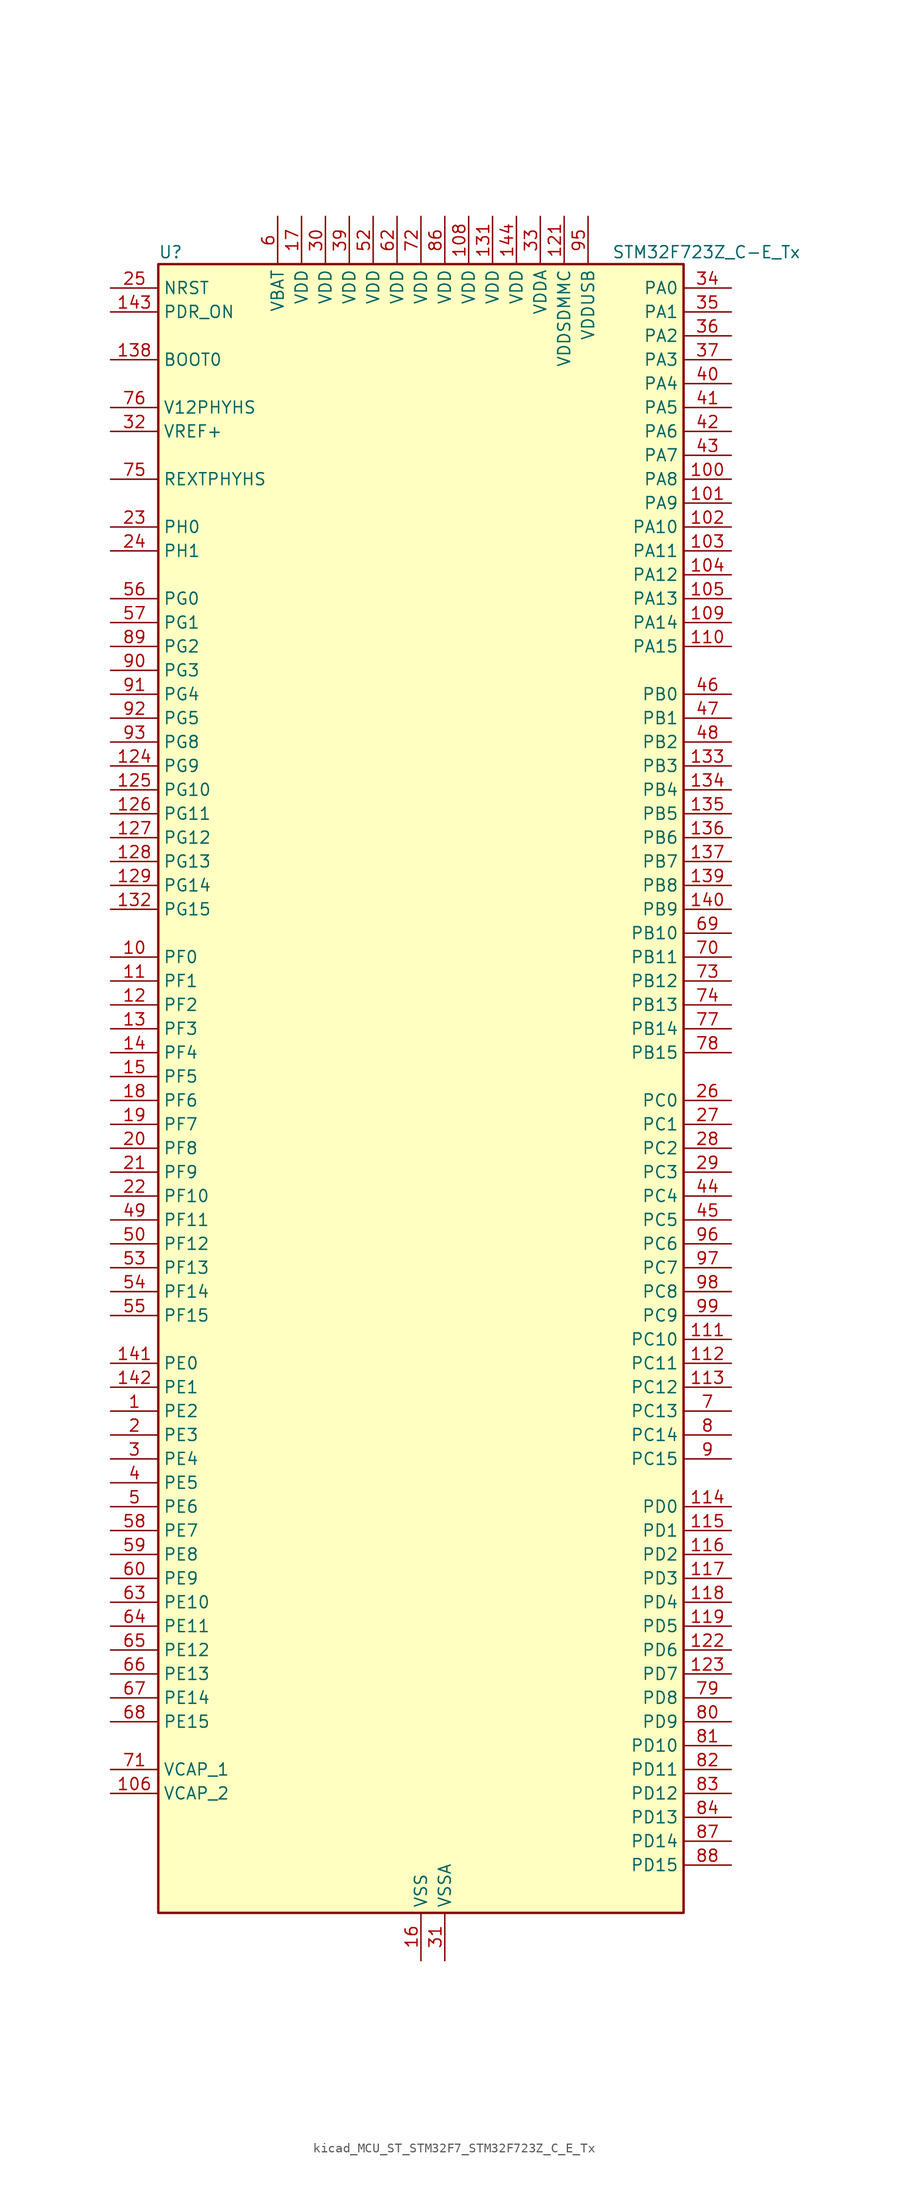
<source format=kicad_sym>
(kicad_symbol_lib
  (version 20220914)
  (generator kicad_symbol_editor)
  (symbol "kicad_MCU_ST_STM32F7_STM32F723Z_C_E_Tx"
    (property "Reference" "U"
      (at -27.94 90.17 0)
      (effects (font (size 1.27 1.27)) (justify left)))
    (property "Value" "STM32F723Z_C-E_Tx"
      (at 20.32 90.17 0)
      (effects (font (size 1.27 1.27)) (justify left)))
    (property "ki_locked" ""
      (at 0 0 0)
      (effects (font (size 1.27 1.27))))
    (symbol "kicad_MCU_ST_STM32F7_STM32F723Z_C_E_Tx_0_1"
      (rectangle (start -27.94 -86.36) (end 27.94 88.9) (stroke (width 0.254) (type default)) (fill (type background))))
    (symbol "kicad_MCU_ST_STM32F7_STM32F723Z_C_E_Tx_1_1"
      (pin bidirectional line (at -33.02 -33.02 0) (length 5.08) (name "PE2" (effects (font (size 1.27 1.27)))) (number "1" (effects (font (size 1.27 1.27)))) (alternate "FMC_A23" bidirectional line) (alternate "QUADSPI_BK1_IO2" bidirectional line) (alternate "SAI1_MCLK_A" bidirectional line) (alternate "SPI4_SCK" bidirectional line) (alternate "SYS_TRACECLK" bidirectional line))
      (pin bidirectional line (at -33.02 15.24 0) (length 5.08) (name "PF0" (effects (font (size 1.27 1.27)))) (number "10" (effects (font (size 1.27 1.27)))) (alternate "FMC_A0" bidirectional line) (alternate "I2C2_SDA" bidirectional line))
      (pin bidirectional line (at 33.02 66.04 180) (length 5.08) (name "PA8" (effects (font (size 1.27 1.27)))) (number "100" (effects (font (size 1.27 1.27)))) (alternate "I2C3_SCL" bidirectional line) (alternate "RCC_MCO_1" bidirectional line) (alternate "TIM1_CH1" bidirectional line) (alternate "TIM8_BKIN2" bidirectional line) (alternate "USART1_CK" bidirectional line) (alternate "USB_OTG_FS_SOF" bidirectional line))
      (pin bidirectional line (at 33.02 63.5 180) (length 5.08) (name "PA9" (effects (font (size 1.27 1.27)))) (number "101" (effects (font (size 1.27 1.27)))) (alternate "DAC_EXTI9" bidirectional line) (alternate "I2C3_SMBA" bidirectional line) (alternate "I2S2_CK" bidirectional line) (alternate "SPI2_SCK" bidirectional line) (alternate "TIM1_CH2" bidirectional line) (alternate "USART1_TX" bidirectional line) (alternate "USB_OTG_FS_VBUS" bidirectional line))
      (pin bidirectional line (at 33.02 60.96 180) (length 5.08) (name "PA10" (effects (font (size 1.27 1.27)))) (number "102" (effects (font (size 1.27 1.27)))) (alternate "TIM1_CH3" bidirectional line) (alternate "USART1_RX" bidirectional line) (alternate "USB_OTG_FS_ID" bidirectional line))
      (pin bidirectional line (at 33.02 58.42 180) (length 5.08) (name "PA11" (effects (font (size 1.27 1.27)))) (number "103" (effects (font (size 1.27 1.27)))) (alternate "ADC1_EXTI11" bidirectional line) (alternate "ADC2_EXTI11" bidirectional line) (alternate "ADC3_EXTI11" bidirectional line) (alternate "CAN1_RX" bidirectional line) (alternate "TIM1_CH4" bidirectional line) (alternate "USART1_CTS" bidirectional line) (alternate "USB_OTG_FS_DM" bidirectional line))
      (pin bidirectional line (at 33.02 55.88 180) (length 5.08) (name "PA12" (effects (font (size 1.27 1.27)))) (number "104" (effects (font (size 1.27 1.27)))) (alternate "CAN1_TX" bidirectional line) (alternate "SAI2_FS_B" bidirectional line) (alternate "TIM1_ETR" bidirectional line) (alternate "USART1_DE" bidirectional line) (alternate "USART1_RTS" bidirectional line) (alternate "USB_OTG_FS_DP" bidirectional line))
      (pin bidirectional line (at 33.02 53.34 180) (length 5.08) (name "PA13" (effects (font (size 1.27 1.27)))) (number "105" (effects (font (size 1.27 1.27)))) (alternate "SYS_JTMS-SWDIO" bidirectional line))
      (pin power_out line (at -33.02 -73.66 0) (length 5.08) (name "VCAP_2" (effects (font (size 1.27 1.27)))) (number "106" (effects (font (size 1.27 1.27)))))
      (pin passive line (at 0 -91.44 90) (length 5.08) hide (name "VSS" (effects (font (size 1.27 1.27)))) (number "107" (effects (font (size 1.27 1.27)))))
      (pin power_in line (at 5.08 93.98 270) (length 5.08) (name "VDD" (effects (font (size 1.27 1.27)))) (number "108" (effects (font (size 1.27 1.27)))))
      (pin bidirectional line (at 33.02 50.8 180) (length 5.08) (name "PA14" (effects (font (size 1.27 1.27)))) (number "109" (effects (font (size 1.27 1.27)))) (alternate "SYS_JTCK-SWCLK" bidirectional line))
      (pin bidirectional line (at -33.02 12.7 0) (length 5.08) (name "PF1" (effects (font (size 1.27 1.27)))) (number "11" (effects (font (size 1.27 1.27)))) (alternate "FMC_A1" bidirectional line) (alternate "I2C2_SCL" bidirectional line))
      (pin bidirectional line (at 33.02 48.26 180) (length 5.08) (name "PA15" (effects (font (size 1.27 1.27)))) (number "110" (effects (font (size 1.27 1.27)))) (alternate "I2S1_WS" bidirectional line) (alternate "I2S3_WS" bidirectional line) (alternate "SPI1_NSS" bidirectional line) (alternate "SPI3_NSS" bidirectional line) (alternate "SYS_JTDI" bidirectional line) (alternate "TIM2_CH1" bidirectional line) (alternate "TIM2_ETR" bidirectional line) (alternate "UART4_DE" bidirectional line) (alternate "UART4_RTS" bidirectional line))
      (pin bidirectional line (at 33.02 -25.4 180) (length 5.08) (name "PC10" (effects (font (size 1.27 1.27)))) (number "111" (effects (font (size 1.27 1.27)))) (alternate "I2S3_CK" bidirectional line) (alternate "QUADSPI_BK1_IO1" bidirectional line) (alternate "SDMMC1_D2" bidirectional line) (alternate "SPI3_SCK" bidirectional line) (alternate "UART4_TX" bidirectional line) (alternate "USART3_TX" bidirectional line))
      (pin bidirectional line (at 33.02 -27.94 180) (length 5.08) (name "PC11" (effects (font (size 1.27 1.27)))) (number "112" (effects (font (size 1.27 1.27)))) (alternate "ADC1_EXTI11" bidirectional line) (alternate "ADC2_EXTI11" bidirectional line) (alternate "ADC3_EXTI11" bidirectional line) (alternate "QUADSPI_BK2_NCS" bidirectional line) (alternate "SDMMC1_D3" bidirectional line) (alternate "SPI3_MISO" bidirectional line) (alternate "UART4_RX" bidirectional line) (alternate "USART3_RX" bidirectional line))
      (pin bidirectional line (at 33.02 -30.48 180) (length 5.08) (name "PC12" (effects (font (size 1.27 1.27)))) (number "113" (effects (font (size 1.27 1.27)))) (alternate "I2S3_SD" bidirectional line) (alternate "SDMMC1_CK" bidirectional line) (alternate "SPI3_MOSI" bidirectional line) (alternate "SYS_TRACED3" bidirectional line) (alternate "UART5_TX" bidirectional line) (alternate "USART3_CK" bidirectional line))
      (pin bidirectional line (at 33.02 -43.18 180) (length 5.08) (name "PD0" (effects (font (size 1.27 1.27)))) (number "114" (effects (font (size 1.27 1.27)))) (alternate "CAN1_RX" bidirectional line) (alternate "FMC_D2" bidirectional line) (alternate "FMC_DA2" bidirectional line))
      (pin bidirectional line (at 33.02 -45.72 180) (length 5.08) (name "PD1" (effects (font (size 1.27 1.27)))) (number "115" (effects (font (size 1.27 1.27)))) (alternate "CAN1_TX" bidirectional line) (alternate "FMC_D3" bidirectional line) (alternate "FMC_DA3" bidirectional line))
      (pin bidirectional line (at 33.02 -48.26 180) (length 5.08) (name "PD2" (effects (font (size 1.27 1.27)))) (number "116" (effects (font (size 1.27 1.27)))) (alternate "SDMMC1_CMD" bidirectional line) (alternate "SYS_TRACED2" bidirectional line) (alternate "TIM3_ETR" bidirectional line) (alternate "UART5_RX" bidirectional line))
      (pin bidirectional line (at 33.02 -50.8 180) (length 5.08) (name "PD3" (effects (font (size 1.27 1.27)))) (number "117" (effects (font (size 1.27 1.27)))) (alternate "FMC_CLK" bidirectional line) (alternate "I2S2_CK" bidirectional line) (alternate "SPI2_SCK" bidirectional line) (alternate "USART2_CTS" bidirectional line))
      (pin bidirectional line (at 33.02 -53.34 180) (length 5.08) (name "PD4" (effects (font (size 1.27 1.27)))) (number "118" (effects (font (size 1.27 1.27)))) (alternate "FMC_NOE" bidirectional line) (alternate "USART2_DE" bidirectional line) (alternate "USART2_RTS" bidirectional line))
      (pin bidirectional line (at 33.02 -55.88 180) (length 5.08) (name "PD5" (effects (font (size 1.27 1.27)))) (number "119" (effects (font (size 1.27 1.27)))) (alternate "FMC_NWE" bidirectional line) (alternate "USART2_TX" bidirectional line))
      (pin bidirectional line (at -33.02 10.16 0) (length 5.08) (name "PF2" (effects (font (size 1.27 1.27)))) (number "12" (effects (font (size 1.27 1.27)))) (alternate "FMC_A2" bidirectional line) (alternate "I2C2_SMBA" bidirectional line))
      (pin passive line (at 0 -91.44 90) (length 5.08) hide (name "VSS" (effects (font (size 1.27 1.27)))) (number "120" (effects (font (size 1.27 1.27)))))
      (pin power_in line (at 15.24 93.98 270) (length 5.08) (name "VDDSDMMC" (effects (font (size 1.27 1.27)))) (number "121" (effects (font (size 1.27 1.27)))))
      (pin bidirectional line (at 33.02 -58.42 180) (length 5.08) (name "PD6" (effects (font (size 1.27 1.27)))) (number "122" (effects (font (size 1.27 1.27)))) (alternate "FMC_NWAIT" bidirectional line) (alternate "I2S3_SD" bidirectional line) (alternate "SAI1_SD_A" bidirectional line) (alternate "SDMMC2_CK" bidirectional line) (alternate "SPI3_MOSI" bidirectional line) (alternate "USART2_RX" bidirectional line))
      (pin bidirectional line (at 33.02 -60.96 180) (length 5.08) (name "PD7" (effects (font (size 1.27 1.27)))) (number "123" (effects (font (size 1.27 1.27)))) (alternate "FMC_NE1" bidirectional line) (alternate "SDMMC2_CMD" bidirectional line) (alternate "USART2_CK" bidirectional line))
      (pin bidirectional line (at -33.02 35.56 0) (length 5.08) (name "PG9" (effects (font (size 1.27 1.27)))) (number "124" (effects (font (size 1.27 1.27)))) (alternate "DAC_EXTI9" bidirectional line) (alternate "FMC_NCE" bidirectional line) (alternate "FMC_NE2" bidirectional line) (alternate "QUADSPI_BK2_IO2" bidirectional line) (alternate "SAI2_FS_B" bidirectional line) (alternate "SDMMC2_D0" bidirectional line) (alternate "USART6_RX" bidirectional line))
      (pin bidirectional line (at -33.02 33.02 0) (length 5.08) (name "PG10" (effects (font (size 1.27 1.27)))) (number "125" (effects (font (size 1.27 1.27)))) (alternate "FMC_NE3" bidirectional line) (alternate "SAI2_SD_B" bidirectional line) (alternate "SDMMC2_D1" bidirectional line))
      (pin bidirectional line (at -33.02 30.48 0) (length 5.08) (name "PG11" (effects (font (size 1.27 1.27)))) (number "126" (effects (font (size 1.27 1.27)))) (alternate "ADC1_EXTI11" bidirectional line) (alternate "ADC2_EXTI11" bidirectional line) (alternate "ADC3_EXTI11" bidirectional line) (alternate "FMC_INT" bidirectional line) (alternate "SDMMC2_D2" bidirectional line))
      (pin bidirectional line (at -33.02 27.94 0) (length 5.08) (name "PG12" (effects (font (size 1.27 1.27)))) (number "127" (effects (font (size 1.27 1.27)))) (alternate "FMC_NE4" bidirectional line) (alternate "LPTIM1_IN1" bidirectional line) (alternate "SDMMC2_D3" bidirectional line) (alternate "USART6_DE" bidirectional line) (alternate "USART6_RTS" bidirectional line))
      (pin bidirectional line (at -33.02 25.4 0) (length 5.08) (name "PG13" (effects (font (size 1.27 1.27)))) (number "128" (effects (font (size 1.27 1.27)))) (alternate "FMC_A24" bidirectional line) (alternate "LPTIM1_OUT" bidirectional line) (alternate "SYS_TRACED0" bidirectional line) (alternate "USART6_CTS" bidirectional line))
      (pin bidirectional line (at -33.02 22.86 0) (length 5.08) (name "PG14" (effects (font (size 1.27 1.27)))) (number "129" (effects (font (size 1.27 1.27)))) (alternate "FMC_A25" bidirectional line) (alternate "LPTIM1_ETR" bidirectional line) (alternate "QUADSPI_BK2_IO3" bidirectional line) (alternate "SYS_TRACED1" bidirectional line) (alternate "USART6_TX" bidirectional line))
      (pin bidirectional line (at -33.02 7.62 0) (length 5.08) (name "PF3" (effects (font (size 1.27 1.27)))) (number "13" (effects (font (size 1.27 1.27)))) (alternate "ADC3_IN9" bidirectional line) (alternate "FMC_A3" bidirectional line))
      (pin passive line (at 0 -91.44 90) (length 5.08) hide (name "VSS" (effects (font (size 1.27 1.27)))) (number "130" (effects (font (size 1.27 1.27)))))
      (pin power_in line (at 7.62 93.98 270) (length 5.08) (name "VDD" (effects (font (size 1.27 1.27)))) (number "131" (effects (font (size 1.27 1.27)))))
      (pin bidirectional line (at -33.02 20.32 0) (length 5.08) (name "PG15" (effects (font (size 1.27 1.27)))) (number "132" (effects (font (size 1.27 1.27)))) (alternate "FMC_SDNCAS" bidirectional line) (alternate "USART6_CTS" bidirectional line))
      (pin bidirectional line (at 33.02 35.56 180) (length 5.08) (name "PB3" (effects (font (size 1.27 1.27)))) (number "133" (effects (font (size 1.27 1.27)))) (alternate "I2S1_CK" bidirectional line) (alternate "I2S3_CK" bidirectional line) (alternate "SDMMC2_D2" bidirectional line) (alternate "SPI1_SCK" bidirectional line) (alternate "SPI3_SCK" bidirectional line) (alternate "SYS_JTDO-SWO" bidirectional line) (alternate "TIM2_CH2" bidirectional line))
      (pin bidirectional line (at 33.02 33.02 180) (length 5.08) (name "PB4" (effects (font (size 1.27 1.27)))) (number "134" (effects (font (size 1.27 1.27)))) (alternate "I2S2_WS" bidirectional line) (alternate "SDMMC2_D3" bidirectional line) (alternate "SPI1_MISO" bidirectional line) (alternate "SPI2_NSS" bidirectional line) (alternate "SPI3_MISO" bidirectional line) (alternate "SYS_JTRST" bidirectional line) (alternate "TIM3_CH1" bidirectional line))
      (pin bidirectional line (at 33.02 30.48 180) (length 5.08) (name "PB5" (effects (font (size 1.27 1.27)))) (number "135" (effects (font (size 1.27 1.27)))) (alternate "FMC_SDCKE1" bidirectional line) (alternate "I2C1_SMBA" bidirectional line) (alternate "I2S1_SD" bidirectional line) (alternate "I2S3_SD" bidirectional line) (alternate "SPI1_MOSI" bidirectional line) (alternate "SPI3_MOSI" bidirectional line) (alternate "TIM3_CH2" bidirectional line))
      (pin bidirectional line (at 33.02 27.94 180) (length 5.08) (name "PB6" (effects (font (size 1.27 1.27)))) (number "136" (effects (font (size 1.27 1.27)))) (alternate "FMC_SDNE1" bidirectional line) (alternate "I2C1_SCL" bidirectional line) (alternate "QUADSPI_BK1_NCS" bidirectional line) (alternate "TIM4_CH1" bidirectional line) (alternate "USART1_TX" bidirectional line))
      (pin bidirectional line (at 33.02 25.4 180) (length 5.08) (name "PB7" (effects (font (size 1.27 1.27)))) (number "137" (effects (font (size 1.27 1.27)))) (alternate "FMC_NL" bidirectional line) (alternate "I2C1_SDA" bidirectional line) (alternate "TIM4_CH2" bidirectional line) (alternate "USART1_RX" bidirectional line))
      (pin input line (at -33.02 78.74 0) (length 5.08) (name "BOOT0" (effects (font (size 1.27 1.27)))) (number "138" (effects (font (size 1.27 1.27)))))
      (pin bidirectional line (at 33.02 22.86 180) (length 5.08) (name "PB8" (effects (font (size 1.27 1.27)))) (number "139" (effects (font (size 1.27 1.27)))) (alternate "CAN1_RX" bidirectional line) (alternate "I2C1_SCL" bidirectional line) (alternate "SDMMC1_D4" bidirectional line) (alternate "SDMMC2_D4" bidirectional line) (alternate "TIM10_CH1" bidirectional line) (alternate "TIM4_CH3" bidirectional line))
      (pin bidirectional line (at -33.02 5.08 0) (length 5.08) (name "PF4" (effects (font (size 1.27 1.27)))) (number "14" (effects (font (size 1.27 1.27)))) (alternate "ADC3_IN14" bidirectional line) (alternate "FMC_A4" bidirectional line))
      (pin bidirectional line (at 33.02 20.32 180) (length 5.08) (name "PB9" (effects (font (size 1.27 1.27)))) (number "140" (effects (font (size 1.27 1.27)))) (alternate "CAN1_TX" bidirectional line) (alternate "DAC_EXTI9" bidirectional line) (alternate "I2C1_SDA" bidirectional line) (alternate "I2S2_WS" bidirectional line) (alternate "SDMMC1_D5" bidirectional line) (alternate "SDMMC2_D5" bidirectional line) (alternate "SPI2_NSS" bidirectional line) (alternate "TIM11_CH1" bidirectional line) (alternate "TIM4_CH4" bidirectional line))
      (pin bidirectional line (at -33.02 -27.94 0) (length 5.08) (name "PE0" (effects (font (size 1.27 1.27)))) (number "141" (effects (font (size 1.27 1.27)))) (alternate "FMC_NBL0" bidirectional line) (alternate "LPTIM1_ETR" bidirectional line) (alternate "SAI2_MCLK_A" bidirectional line) (alternate "TIM4_ETR" bidirectional line) (alternate "UART8_RX" bidirectional line))
      (pin bidirectional line (at -33.02 -30.48 0) (length 5.08) (name "PE1" (effects (font (size 1.27 1.27)))) (number "142" (effects (font (size 1.27 1.27)))) (alternate "FMC_NBL1" bidirectional line) (alternate "LPTIM1_IN2" bidirectional line) (alternate "UART8_TX" bidirectional line))
      (pin input line (at -33.02 83.82 0) (length 5.08) (name "PDR_ON" (effects (font (size 1.27 1.27)))) (number "143" (effects (font (size 1.27 1.27)))))
      (pin power_in line (at 10.16 93.98 270) (length 5.08) (name "VDD" (effects (font (size 1.27 1.27)))) (number "144" (effects (font (size 1.27 1.27)))))
      (pin bidirectional line (at -33.02 2.54 0) (length 5.08) (name "PF5" (effects (font (size 1.27 1.27)))) (number "15" (effects (font (size 1.27 1.27)))) (alternate "ADC3_IN15" bidirectional line) (alternate "FMC_A5" bidirectional line))
      (pin power_in line (at 0 -91.44 90) (length 5.08) (name "VSS" (effects (font (size 1.27 1.27)))) (number "16" (effects (font (size 1.27 1.27)))))
      (pin power_in line (at -12.7 93.98 270) (length 5.08) (name "VDD" (effects (font (size 1.27 1.27)))) (number "17" (effects (font (size 1.27 1.27)))))
      (pin bidirectional line (at -33.02 0 0) (length 5.08) (name "PF6" (effects (font (size 1.27 1.27)))) (number "18" (effects (font (size 1.27 1.27)))) (alternate "ADC3_IN4" bidirectional line) (alternate "QUADSPI_BK1_IO3" bidirectional line) (alternate "SAI1_SD_B" bidirectional line) (alternate "SPI5_NSS" bidirectional line) (alternate "TIM10_CH1" bidirectional line) (alternate "UART7_RX" bidirectional line))
      (pin bidirectional line (at -33.02 -2.54 0) (length 5.08) (name "PF7" (effects (font (size 1.27 1.27)))) (number "19" (effects (font (size 1.27 1.27)))) (alternate "ADC3_IN5" bidirectional line) (alternate "QUADSPI_BK1_IO2" bidirectional line) (alternate "SAI1_MCLK_B" bidirectional line) (alternate "SPI5_SCK" bidirectional line) (alternate "TIM11_CH1" bidirectional line) (alternate "UART7_TX" bidirectional line))
      (pin bidirectional line (at -33.02 -35.56 0) (length 5.08) (name "PE3" (effects (font (size 1.27 1.27)))) (number "2" (effects (font (size 1.27 1.27)))) (alternate "FMC_A19" bidirectional line) (alternate "SAI1_SD_B" bidirectional line) (alternate "SYS_TRACED0" bidirectional line))
      (pin bidirectional line (at -33.02 -5.08 0) (length 5.08) (name "PF8" (effects (font (size 1.27 1.27)))) (number "20" (effects (font (size 1.27 1.27)))) (alternate "ADC3_IN6" bidirectional line) (alternate "QUADSPI_BK1_IO0" bidirectional line) (alternate "SAI1_SCK_B" bidirectional line) (alternate "SPI5_MISO" bidirectional line) (alternate "TIM13_CH1" bidirectional line) (alternate "UART7_DE" bidirectional line) (alternate "UART7_RTS" bidirectional line))
      (pin bidirectional line (at -33.02 -7.62 0) (length 5.08) (name "PF9" (effects (font (size 1.27 1.27)))) (number "21" (effects (font (size 1.27 1.27)))) (alternate "ADC3_IN7" bidirectional line) (alternate "DAC_EXTI9" bidirectional line) (alternate "QUADSPI_BK1_IO1" bidirectional line) (alternate "SAI1_FS_B" bidirectional line) (alternate "SPI5_MOSI" bidirectional line) (alternate "TIM14_CH1" bidirectional line) (alternate "UART7_CTS" bidirectional line))
      (pin bidirectional line (at -33.02 -10.16 0) (length 5.08) (name "PF10" (effects (font (size 1.27 1.27)))) (number "22" (effects (font (size 1.27 1.27)))) (alternate "ADC3_IN8" bidirectional line))
      (pin bidirectional line (at -33.02 60.96 0) (length 5.08) (name "PH0" (effects (font (size 1.27 1.27)))) (number "23" (effects (font (size 1.27 1.27)))) (alternate "RCC_OSC_IN" bidirectional line))
      (pin bidirectional line (at -33.02 58.42 0) (length 5.08) (name "PH1" (effects (font (size 1.27 1.27)))) (number "24" (effects (font (size 1.27 1.27)))) (alternate "RCC_OSC_OUT" bidirectional line))
      (pin input line (at -33.02 86.36 0) (length 5.08) (name "NRST" (effects (font (size 1.27 1.27)))) (number "25" (effects (font (size 1.27 1.27)))))
      (pin bidirectional line (at 33.02 0 180) (length 5.08) (name "PC0" (effects (font (size 1.27 1.27)))) (number "26" (effects (font (size 1.27 1.27)))) (alternate "ADC1_IN10" bidirectional line) (alternate "ADC2_IN10" bidirectional line) (alternate "ADC3_IN10" bidirectional line) (alternate "FMC_SDNWE" bidirectional line) (alternate "SAI2_FS_B" bidirectional line))
      (pin bidirectional line (at 33.02 -2.54 180) (length 5.08) (name "PC1" (effects (font (size 1.27 1.27)))) (number "27" (effects (font (size 1.27 1.27)))) (alternate "ADC1_IN11" bidirectional line) (alternate "ADC2_IN11" bidirectional line) (alternate "ADC3_IN11" bidirectional line) (alternate "I2S2_SD" bidirectional line) (alternate "RTC_TAMP3" bidirectional line) (alternate "RTC_TS" bidirectional line) (alternate "SAI1_SD_A" bidirectional line) (alternate "SPI2_MOSI" bidirectional line) (alternate "SYS_TRACED0" bidirectional line) (alternate "SYS_WKUP3" bidirectional line))
      (pin bidirectional line (at 33.02 -5.08 180) (length 5.08) (name "PC2" (effects (font (size 1.27 1.27)))) (number "28" (effects (font (size 1.27 1.27)))) (alternate "ADC1_IN12" bidirectional line) (alternate "ADC2_IN12" bidirectional line) (alternate "ADC3_IN12" bidirectional line) (alternate "FMC_SDNE0" bidirectional line) (alternate "SPI2_MISO" bidirectional line))
      (pin bidirectional line (at 33.02 -7.62 180) (length 5.08) (name "PC3" (effects (font (size 1.27 1.27)))) (number "29" (effects (font (size 1.27 1.27)))) (alternate "ADC1_IN13" bidirectional line) (alternate "ADC2_IN13" bidirectional line) (alternate "ADC3_IN13" bidirectional line) (alternate "FMC_SDCKE0" bidirectional line) (alternate "I2S2_SD" bidirectional line) (alternate "SPI2_MOSI" bidirectional line))
      (pin bidirectional line (at -33.02 -38.1 0) (length 5.08) (name "PE4" (effects (font (size 1.27 1.27)))) (number "3" (effects (font (size 1.27 1.27)))) (alternate "FMC_A20" bidirectional line) (alternate "SAI1_FS_A" bidirectional line) (alternate "SPI4_NSS" bidirectional line) (alternate "SYS_TRACED1" bidirectional line))
      (pin power_in line (at -10.16 93.98 270) (length 5.08) (name "VDD" (effects (font (size 1.27 1.27)))) (number "30" (effects (font (size 1.27 1.27)))))
      (pin power_in line (at 2.54 -91.44 90) (length 5.08) (name "VSSA" (effects (font (size 1.27 1.27)))) (number "31" (effects (font (size 1.27 1.27)))))
      (pin input line (at -33.02 71.12 0) (length 5.08) (name "VREF+" (effects (font (size 1.27 1.27)))) (number "32" (effects (font (size 1.27 1.27)))))
      (pin power_in line (at 12.7 93.98 270) (length 5.08) (name "VDDA" (effects (font (size 1.27 1.27)))) (number "33" (effects (font (size 1.27 1.27)))))
      (pin bidirectional line (at 33.02 86.36 180) (length 5.08) (name "PA0" (effects (font (size 1.27 1.27)))) (number "34" (effects (font (size 1.27 1.27)))) (alternate "ADC1_IN0" bidirectional line) (alternate "ADC2_IN0" bidirectional line) (alternate "ADC3_IN0" bidirectional line) (alternate "SAI2_SD_B" bidirectional line) (alternate "SYS_WKUP1" bidirectional line) (alternate "TIM2_CH1" bidirectional line) (alternate "TIM2_ETR" bidirectional line) (alternate "TIM5_CH1" bidirectional line) (alternate "TIM8_ETR" bidirectional line) (alternate "UART4_TX" bidirectional line) (alternate "USART2_CTS" bidirectional line))
      (pin bidirectional line (at 33.02 83.82 180) (length 5.08) (name "PA1" (effects (font (size 1.27 1.27)))) (number "35" (effects (font (size 1.27 1.27)))) (alternate "ADC1_IN1" bidirectional line) (alternate "ADC2_IN1" bidirectional line) (alternate "ADC3_IN1" bidirectional line) (alternate "QUADSPI_BK1_IO3" bidirectional line) (alternate "SAI2_MCLK_B" bidirectional line) (alternate "TIM2_CH2" bidirectional line) (alternate "TIM5_CH2" bidirectional line) (alternate "UART4_RX" bidirectional line) (alternate "USART2_DE" bidirectional line) (alternate "USART2_RTS" bidirectional line))
      (pin bidirectional line (at 33.02 81.28 180) (length 5.08) (name "PA2" (effects (font (size 1.27 1.27)))) (number "36" (effects (font (size 1.27 1.27)))) (alternate "ADC1_IN2" bidirectional line) (alternate "ADC2_IN2" bidirectional line) (alternate "ADC3_IN2" bidirectional line) (alternate "SAI2_SCK_B" bidirectional line) (alternate "SYS_WKUP2" bidirectional line) (alternate "TIM2_CH3" bidirectional line) (alternate "TIM5_CH3" bidirectional line) (alternate "TIM9_CH1" bidirectional line) (alternate "USART2_TX" bidirectional line))
      (pin bidirectional line (at 33.02 78.74 180) (length 5.08) (name "PA3" (effects (font (size 1.27 1.27)))) (number "37" (effects (font (size 1.27 1.27)))) (alternate "ADC1_IN3" bidirectional line) (alternate "ADC2_IN3" bidirectional line) (alternate "ADC3_IN3" bidirectional line) (alternate "TIM2_CH4" bidirectional line) (alternate "TIM5_CH4" bidirectional line) (alternate "TIM9_CH2" bidirectional line) (alternate "USART2_RX" bidirectional line))
      (pin passive line (at 0 -91.44 90) (length 5.08) hide (name "VSS" (effects (font (size 1.27 1.27)))) (number "38" (effects (font (size 1.27 1.27)))))
      (pin power_in line (at -7.62 93.98 270) (length 5.08) (name "VDD" (effects (font (size 1.27 1.27)))) (number "39" (effects (font (size 1.27 1.27)))))
      (pin bidirectional line (at -33.02 -40.64 0) (length 5.08) (name "PE5" (effects (font (size 1.27 1.27)))) (number "4" (effects (font (size 1.27 1.27)))) (alternate "FMC_A21" bidirectional line) (alternate "SAI1_SCK_A" bidirectional line) (alternate "SPI4_MISO" bidirectional line) (alternate "SYS_TRACED2" bidirectional line) (alternate "TIM9_CH1" bidirectional line))
      (pin bidirectional line (at 33.02 76.2 180) (length 5.08) (name "PA4" (effects (font (size 1.27 1.27)))) (number "40" (effects (font (size 1.27 1.27)))) (alternate "ADC1_IN4" bidirectional line) (alternate "ADC2_IN4" bidirectional line) (alternate "DAC_OUT1" bidirectional line) (alternate "I2S1_WS" bidirectional line) (alternate "I2S3_WS" bidirectional line) (alternate "SPI1_NSS" bidirectional line) (alternate "SPI3_NSS" bidirectional line) (alternate "USART2_CK" bidirectional line) (alternate "USB_OTG_HS_SOF" bidirectional line))
      (pin bidirectional line (at 33.02 73.66 180) (length 5.08) (name "PA5" (effects (font (size 1.27 1.27)))) (number "41" (effects (font (size 1.27 1.27)))) (alternate "ADC1_IN5" bidirectional line) (alternate "ADC2_IN5" bidirectional line) (alternate "DAC_OUT2" bidirectional line) (alternate "I2S1_CK" bidirectional line) (alternate "SPI1_SCK" bidirectional line) (alternate "TIM2_CH1" bidirectional line) (alternate "TIM2_ETR" bidirectional line) (alternate "TIM8_CH1N" bidirectional line))
      (pin bidirectional line (at 33.02 71.12 180) (length 5.08) (name "PA6" (effects (font (size 1.27 1.27)))) (number "42" (effects (font (size 1.27 1.27)))) (alternate "ADC1_IN6" bidirectional line) (alternate "ADC2_IN6" bidirectional line) (alternate "SPI1_MISO" bidirectional line) (alternate "TIM13_CH1" bidirectional line) (alternate "TIM1_BKIN" bidirectional line) (alternate "TIM3_CH1" bidirectional line) (alternate "TIM8_BKIN" bidirectional line))
      (pin bidirectional line (at 33.02 68.58 180) (length 5.08) (name "PA7" (effects (font (size 1.27 1.27)))) (number "43" (effects (font (size 1.27 1.27)))) (alternate "ADC1_IN7" bidirectional line) (alternate "ADC2_IN7" bidirectional line) (alternate "FMC_SDNWE" bidirectional line) (alternate "I2S1_SD" bidirectional line) (alternate "SPI1_MOSI" bidirectional line) (alternate "TIM14_CH1" bidirectional line) (alternate "TIM1_CH1N" bidirectional line) (alternate "TIM3_CH2" bidirectional line) (alternate "TIM8_CH1N" bidirectional line))
      (pin bidirectional line (at 33.02 -10.16 180) (length 5.08) (name "PC4" (effects (font (size 1.27 1.27)))) (number "44" (effects (font (size 1.27 1.27)))) (alternate "ADC1_IN14" bidirectional line) (alternate "ADC2_IN14" bidirectional line) (alternate "FMC_SDNE0" bidirectional line) (alternate "I2S1_MCK" bidirectional line))
      (pin bidirectional line (at 33.02 -12.7 180) (length 5.08) (name "PC5" (effects (font (size 1.27 1.27)))) (number "45" (effects (font (size 1.27 1.27)))) (alternate "ADC1_IN15" bidirectional line) (alternate "ADC2_IN15" bidirectional line) (alternate "FMC_SDCKE0" bidirectional line))
      (pin bidirectional line (at 33.02 43.18 180) (length 5.08) (name "PB0" (effects (font (size 1.27 1.27)))) (number "46" (effects (font (size 1.27 1.27)))) (alternate "ADC1_IN8" bidirectional line) (alternate "ADC2_IN8" bidirectional line) (alternate "TIM1_CH2N" bidirectional line) (alternate "TIM3_CH3" bidirectional line) (alternate "TIM8_CH2N" bidirectional line) (alternate "UART4_CTS" bidirectional line))
      (pin bidirectional line (at 33.02 40.64 180) (length 5.08) (name "PB1" (effects (font (size 1.27 1.27)))) (number "47" (effects (font (size 1.27 1.27)))) (alternate "ADC1_IN9" bidirectional line) (alternate "ADC2_IN9" bidirectional line) (alternate "TIM1_CH3N" bidirectional line) (alternate "TIM3_CH4" bidirectional line) (alternate "TIM8_CH3N" bidirectional line))
      (pin bidirectional line (at 33.02 38.1 180) (length 5.08) (name "PB2" (effects (font (size 1.27 1.27)))) (number "48" (effects (font (size 1.27 1.27)))) (alternate "I2S3_SD" bidirectional line) (alternate "QUADSPI_CLK" bidirectional line) (alternate "SAI1_SD_A" bidirectional line) (alternate "SPI3_MOSI" bidirectional line))
      (pin bidirectional line (at -33.02 -12.7 0) (length 5.08) (name "PF11" (effects (font (size 1.27 1.27)))) (number "49" (effects (font (size 1.27 1.27)))) (alternate "ADC1_EXTI11" bidirectional line) (alternate "ADC2_EXTI11" bidirectional line) (alternate "ADC3_EXTI11" bidirectional line) (alternate "FMC_SDNRAS" bidirectional line) (alternate "SAI2_SD_B" bidirectional line) (alternate "SPI5_MOSI" bidirectional line))
      (pin bidirectional line (at -33.02 -43.18 0) (length 5.08) (name "PE6" (effects (font (size 1.27 1.27)))) (number "5" (effects (font (size 1.27 1.27)))) (alternate "FMC_A22" bidirectional line) (alternate "SAI1_SD_A" bidirectional line) (alternate "SAI2_MCLK_B" bidirectional line) (alternate "SPI4_MOSI" bidirectional line) (alternate "SYS_TRACED3" bidirectional line) (alternate "TIM1_BKIN2" bidirectional line) (alternate "TIM9_CH2" bidirectional line))
      (pin bidirectional line (at -33.02 -15.24 0) (length 5.08) (name "PF12" (effects (font (size 1.27 1.27)))) (number "50" (effects (font (size 1.27 1.27)))) (alternate "FMC_A6" bidirectional line))
      (pin passive line (at 0 -91.44 90) (length 5.08) hide (name "VSS" (effects (font (size 1.27 1.27)))) (number "51" (effects (font (size 1.27 1.27)))))
      (pin power_in line (at -5.08 93.98 270) (length 5.08) (name "VDD" (effects (font (size 1.27 1.27)))) (number "52" (effects (font (size 1.27 1.27)))))
      (pin bidirectional line (at -33.02 -17.78 0) (length 5.08) (name "PF13" (effects (font (size 1.27 1.27)))) (number "53" (effects (font (size 1.27 1.27)))) (alternate "FMC_A7" bidirectional line))
      (pin bidirectional line (at -33.02 -20.32 0) (length 5.08) (name "PF14" (effects (font (size 1.27 1.27)))) (number "54" (effects (font (size 1.27 1.27)))) (alternate "FMC_A8" bidirectional line))
      (pin bidirectional line (at -33.02 -22.86 0) (length 5.08) (name "PF15" (effects (font (size 1.27 1.27)))) (number "55" (effects (font (size 1.27 1.27)))) (alternate "FMC_A9" bidirectional line))
      (pin bidirectional line (at -33.02 53.34 0) (length 5.08) (name "PG0" (effects (font (size 1.27 1.27)))) (number "56" (effects (font (size 1.27 1.27)))) (alternate "FMC_A10" bidirectional line))
      (pin bidirectional line (at -33.02 50.8 0) (length 5.08) (name "PG1" (effects (font (size 1.27 1.27)))) (number "57" (effects (font (size 1.27 1.27)))) (alternate "FMC_A11" bidirectional line))
      (pin bidirectional line (at -33.02 -45.72 0) (length 5.08) (name "PE7" (effects (font (size 1.27 1.27)))) (number "58" (effects (font (size 1.27 1.27)))) (alternate "FMC_D4" bidirectional line) (alternate "FMC_DA4" bidirectional line) (alternate "QUADSPI_BK2_IO0" bidirectional line) (alternate "TIM1_ETR" bidirectional line) (alternate "UART7_RX" bidirectional line))
      (pin bidirectional line (at -33.02 -48.26 0) (length 5.08) (name "PE8" (effects (font (size 1.27 1.27)))) (number "59" (effects (font (size 1.27 1.27)))) (alternate "FMC_D5" bidirectional line) (alternate "FMC_DA5" bidirectional line) (alternate "QUADSPI_BK2_IO1" bidirectional line) (alternate "TIM1_CH1N" bidirectional line) (alternate "UART7_TX" bidirectional line))
      (pin power_in line (at -15.24 93.98 270) (length 5.08) (name "VBAT" (effects (font (size 1.27 1.27)))) (number "6" (effects (font (size 1.27 1.27)))))
      (pin bidirectional line (at -33.02 -50.8 0) (length 5.08) (name "PE9" (effects (font (size 1.27 1.27)))) (number "60" (effects (font (size 1.27 1.27)))) (alternate "DAC_EXTI9" bidirectional line) (alternate "FMC_D6" bidirectional line) (alternate "FMC_DA6" bidirectional line) (alternate "QUADSPI_BK2_IO2" bidirectional line) (alternate "TIM1_CH1" bidirectional line) (alternate "UART7_DE" bidirectional line) (alternate "UART7_RTS" bidirectional line))
      (pin passive line (at 0 -91.44 90) (length 5.08) hide (name "VSS" (effects (font (size 1.27 1.27)))) (number "61" (effects (font (size 1.27 1.27)))))
      (pin power_in line (at -2.54 93.98 270) (length 5.08) (name "VDD" (effects (font (size 1.27 1.27)))) (number "62" (effects (font (size 1.27 1.27)))))
      (pin bidirectional line (at -33.02 -53.34 0) (length 5.08) (name "PE10" (effects (font (size 1.27 1.27)))) (number "63" (effects (font (size 1.27 1.27)))) (alternate "FMC_D7" bidirectional line) (alternate "FMC_DA7" bidirectional line) (alternate "QUADSPI_BK2_IO3" bidirectional line) (alternate "TIM1_CH2N" bidirectional line) (alternate "UART7_CTS" bidirectional line))
      (pin bidirectional line (at -33.02 -55.88 0) (length 5.08) (name "PE11" (effects (font (size 1.27 1.27)))) (number "64" (effects (font (size 1.27 1.27)))) (alternate "ADC1_EXTI11" bidirectional line) (alternate "ADC2_EXTI11" bidirectional line) (alternate "ADC3_EXTI11" bidirectional line) (alternate "FMC_D8" bidirectional line) (alternate "FMC_DA8" bidirectional line) (alternate "SAI2_SD_B" bidirectional line) (alternate "SPI4_NSS" bidirectional line) (alternate "TIM1_CH2" bidirectional line))
      (pin bidirectional line (at -33.02 -58.42 0) (length 5.08) (name "PE12" (effects (font (size 1.27 1.27)))) (number "65" (effects (font (size 1.27 1.27)))) (alternate "FMC_D9" bidirectional line) (alternate "FMC_DA9" bidirectional line) (alternate "SAI2_SCK_B" bidirectional line) (alternate "SPI4_SCK" bidirectional line) (alternate "TIM1_CH3N" bidirectional line))
      (pin bidirectional line (at -33.02 -60.96 0) (length 5.08) (name "PE13" (effects (font (size 1.27 1.27)))) (number "66" (effects (font (size 1.27 1.27)))) (alternate "FMC_D10" bidirectional line) (alternate "FMC_DA10" bidirectional line) (alternate "SAI2_FS_B" bidirectional line) (alternate "SPI4_MISO" bidirectional line) (alternate "TIM1_CH3" bidirectional line))
      (pin bidirectional line (at -33.02 -63.5 0) (length 5.08) (name "PE14" (effects (font (size 1.27 1.27)))) (number "67" (effects (font (size 1.27 1.27)))) (alternate "FMC_D11" bidirectional line) (alternate "FMC_DA11" bidirectional line) (alternate "SAI2_MCLK_B" bidirectional line) (alternate "SPI4_MOSI" bidirectional line) (alternate "TIM1_CH4" bidirectional line))
      (pin bidirectional line (at -33.02 -66.04 0) (length 5.08) (name "PE15" (effects (font (size 1.27 1.27)))) (number "68" (effects (font (size 1.27 1.27)))) (alternate "FMC_D12" bidirectional line) (alternate "FMC_DA12" bidirectional line) (alternate "TIM1_BKIN" bidirectional line))
      (pin bidirectional line (at 33.02 17.78 180) (length 5.08) (name "PB10" (effects (font (size 1.27 1.27)))) (number "69" (effects (font (size 1.27 1.27)))) (alternate "I2C2_SCL" bidirectional line) (alternate "I2S2_CK" bidirectional line) (alternate "SPI2_SCK" bidirectional line) (alternate "TIM2_CH3" bidirectional line) (alternate "USART3_TX" bidirectional line))
      (pin bidirectional line (at 33.02 -33.02 180) (length 5.08) (name "PC13" (effects (font (size 1.27 1.27)))) (number "7" (effects (font (size 1.27 1.27)))) (alternate "RTC_OUT" bidirectional line) (alternate "RTC_TAMP1" bidirectional line) (alternate "RTC_TS" bidirectional line) (alternate "SYS_WKUP4" bidirectional line))
      (pin bidirectional line (at 33.02 15.24 180) (length 5.08) (name "PB11" (effects (font (size 1.27 1.27)))) (number "70" (effects (font (size 1.27 1.27)))) (alternate "ADC1_EXTI11" bidirectional line) (alternate "ADC2_EXTI11" bidirectional line) (alternate "ADC3_EXTI11" bidirectional line) (alternate "I2C2_SDA" bidirectional line) (alternate "TIM2_CH4" bidirectional line) (alternate "USART3_RX" bidirectional line))
      (pin power_out line (at -33.02 -71.12 0) (length 5.08) (name "VCAP_1" (effects (font (size 1.27 1.27)))) (number "71" (effects (font (size 1.27 1.27)))))
      (pin power_in line (at 0 93.98 270) (length 5.08) (name "VDD" (effects (font (size 1.27 1.27)))) (number "72" (effects (font (size 1.27 1.27)))))
      (pin bidirectional line (at 33.02 12.7 180) (length 5.08) (name "PB12" (effects (font (size 1.27 1.27)))) (number "73" (effects (font (size 1.27 1.27)))) (alternate "I2C2_SMBA" bidirectional line) (alternate "I2S2_WS" bidirectional line) (alternate "SPI2_NSS" bidirectional line) (alternate "TIM1_BKIN" bidirectional line) (alternate "USART3_CK" bidirectional line) (alternate "USB_OTG_HS_ID" bidirectional line))
      (pin bidirectional line (at 33.02 10.16 180) (length 5.08) (name "PB13" (effects (font (size 1.27 1.27)))) (number "74" (effects (font (size 1.27 1.27)))) (alternate "I2S2_CK" bidirectional line) (alternate "SPI2_SCK" bidirectional line) (alternate "TIM1_CH1N" bidirectional line) (alternate "USART3_CTS" bidirectional line) (alternate "USB_OTG_HS_VBUS" bidirectional line))
      (pin bidirectional line (at -33.02 66.04 0) (length 5.08) (name "REXTPHYHS" (effects (font (size 1.27 1.27)))) (number "75" (effects (font (size 1.27 1.27)))) (alternate "USB_OTG_HS_REXTPHYHS" bidirectional line))
      (pin power_in line (at -33.02 73.66 0) (length 5.08) (name "V12PHYHS" (effects (font (size 1.27 1.27)))) (number "76" (effects (font (size 1.27 1.27)))))
      (pin bidirectional line (at 33.02 7.62 180) (length 5.08) (name "PB14" (effects (font (size 1.27 1.27)))) (number "77" (effects (font (size 1.27 1.27)))) (alternate "USB_OTG_HS_DM" bidirectional line))
      (pin bidirectional line (at 33.02 5.08 180) (length 5.08) (name "PB15" (effects (font (size 1.27 1.27)))) (number "78" (effects (font (size 1.27 1.27)))) (alternate "USB_OTG_HS_DP" bidirectional line))
      (pin bidirectional line (at 33.02 -63.5 180) (length 5.08) (name "PD8" (effects (font (size 1.27 1.27)))) (number "79" (effects (font (size 1.27 1.27)))) (alternate "FMC_D13" bidirectional line) (alternate "FMC_DA13" bidirectional line) (alternate "USART3_TX" bidirectional line))
      (pin bidirectional line (at 33.02 -35.56 180) (length 5.08) (name "PC14" (effects (font (size 1.27 1.27)))) (number "8" (effects (font (size 1.27 1.27)))) (alternate "RCC_OSC32_IN" bidirectional line))
      (pin bidirectional line (at 33.02 -66.04 180) (length 5.08) (name "PD9" (effects (font (size 1.27 1.27)))) (number "80" (effects (font (size 1.27 1.27)))) (alternate "DAC_EXTI9" bidirectional line) (alternate "FMC_D14" bidirectional line) (alternate "FMC_DA14" bidirectional line) (alternate "USART3_RX" bidirectional line))
      (pin bidirectional line (at 33.02 -68.58 180) (length 5.08) (name "PD10" (effects (font (size 1.27 1.27)))) (number "81" (effects (font (size 1.27 1.27)))) (alternate "FMC_D15" bidirectional line) (alternate "FMC_DA15" bidirectional line) (alternate "USART3_CK" bidirectional line))
      (pin bidirectional line (at 33.02 -71.12 180) (length 5.08) (name "PD11" (effects (font (size 1.27 1.27)))) (number "82" (effects (font (size 1.27 1.27)))) (alternate "ADC1_EXTI11" bidirectional line) (alternate "ADC2_EXTI11" bidirectional line) (alternate "ADC3_EXTI11" bidirectional line) (alternate "FMC_A16" bidirectional line) (alternate "FMC_CLE" bidirectional line) (alternate "QUADSPI_BK1_IO0" bidirectional line) (alternate "SAI2_SD_A" bidirectional line) (alternate "USART3_CTS" bidirectional line))
      (pin bidirectional line (at 33.02 -73.66 180) (length 5.08) (name "PD12" (effects (font (size 1.27 1.27)))) (number "83" (effects (font (size 1.27 1.27)))) (alternate "FMC_A17" bidirectional line) (alternate "FMC_ALE" bidirectional line) (alternate "LPTIM1_IN1" bidirectional line) (alternate "QUADSPI_BK1_IO1" bidirectional line) (alternate "SAI2_FS_A" bidirectional line) (alternate "TIM4_CH1" bidirectional line) (alternate "USART3_DE" bidirectional line) (alternate "USART3_RTS" bidirectional line))
      (pin bidirectional line (at 33.02 -76.2 180) (length 5.08) (name "PD13" (effects (font (size 1.27 1.27)))) (number "84" (effects (font (size 1.27 1.27)))) (alternate "FMC_A18" bidirectional line) (alternate "LPTIM1_OUT" bidirectional line) (alternate "QUADSPI_BK1_IO3" bidirectional line) (alternate "SAI2_SCK_A" bidirectional line) (alternate "TIM4_CH2" bidirectional line))
      (pin passive line (at 0 -91.44 90) (length 5.08) hide (name "VSS" (effects (font (size 1.27 1.27)))) (number "85" (effects (font (size 1.27 1.27)))))
      (pin power_in line (at 2.54 93.98 270) (length 5.08) (name "VDD" (effects (font (size 1.27 1.27)))) (number "86" (effects (font (size 1.27 1.27)))))
      (pin bidirectional line (at 33.02 -78.74 180) (length 5.08) (name "PD14" (effects (font (size 1.27 1.27)))) (number "87" (effects (font (size 1.27 1.27)))) (alternate "FMC_D0" bidirectional line) (alternate "FMC_DA0" bidirectional line) (alternate "TIM4_CH3" bidirectional line) (alternate "UART8_CTS" bidirectional line))
      (pin bidirectional line (at 33.02 -81.28 180) (length 5.08) (name "PD15" (effects (font (size 1.27 1.27)))) (number "88" (effects (font (size 1.27 1.27)))) (alternate "FMC_D1" bidirectional line) (alternate "FMC_DA1" bidirectional line) (alternate "TIM4_CH4" bidirectional line) (alternate "UART8_DE" bidirectional line) (alternate "UART8_RTS" bidirectional line))
      (pin bidirectional line (at -33.02 48.26 0) (length 5.08) (name "PG2" (effects (font (size 1.27 1.27)))) (number "89" (effects (font (size 1.27 1.27)))) (alternate "FMC_A12" bidirectional line))
      (pin bidirectional line (at 33.02 -38.1 180) (length 5.08) (name "PC15" (effects (font (size 1.27 1.27)))) (number "9" (effects (font (size 1.27 1.27)))) (alternate "RCC_OSC32_OUT" bidirectional line))
      (pin bidirectional line (at -33.02 45.72 0) (length 5.08) (name "PG3" (effects (font (size 1.27 1.27)))) (number "90" (effects (font (size 1.27 1.27)))) (alternate "FMC_A13" bidirectional line))
      (pin bidirectional line (at -33.02 43.18 0) (length 5.08) (name "PG4" (effects (font (size 1.27 1.27)))) (number "91" (effects (font (size 1.27 1.27)))) (alternate "FMC_A14" bidirectional line) (alternate "FMC_BA0" bidirectional line))
      (pin bidirectional line (at -33.02 40.64 0) (length 5.08) (name "PG5" (effects (font (size 1.27 1.27)))) (number "92" (effects (font (size 1.27 1.27)))) (alternate "FMC_A15" bidirectional line) (alternate "FMC_BA1" bidirectional line))
      (pin bidirectional line (at -33.02 38.1 0) (length 5.08) (name "PG8" (effects (font (size 1.27 1.27)))) (number "93" (effects (font (size 1.27 1.27)))) (alternate "FMC_SDCLK" bidirectional line) (alternate "USART6_DE" bidirectional line) (alternate "USART6_RTS" bidirectional line))
      (pin passive line (at 0 -91.44 90) (length 5.08) hide (name "VSS" (effects (font (size 1.27 1.27)))) (number "94" (effects (font (size 1.27 1.27)))))
      (pin power_in line (at 17.78 93.98 270) (length 5.08) (name "VDDUSB" (effects (font (size 1.27 1.27)))) (number "95" (effects (font (size 1.27 1.27)))))
      (pin bidirectional line (at 33.02 -15.24 180) (length 5.08) (name "PC6" (effects (font (size 1.27 1.27)))) (number "96" (effects (font (size 1.27 1.27)))) (alternate "I2S2_MCK" bidirectional line) (alternate "SDMMC1_D6" bidirectional line) (alternate "SDMMC2_D6" bidirectional line) (alternate "TIM3_CH1" bidirectional line) (alternate "TIM8_CH1" bidirectional line) (alternate "USART6_TX" bidirectional line))
      (pin bidirectional line (at 33.02 -17.78 180) (length 5.08) (name "PC7" (effects (font (size 1.27 1.27)))) (number "97" (effects (font (size 1.27 1.27)))) (alternate "I2S3_MCK" bidirectional line) (alternate "SDMMC1_D7" bidirectional line) (alternate "SDMMC2_D7" bidirectional line) (alternate "TIM3_CH2" bidirectional line) (alternate "TIM8_CH2" bidirectional line) (alternate "USART6_RX" bidirectional line))
      (pin bidirectional line (at 33.02 -20.32 180) (length 5.08) (name "PC8" (effects (font (size 1.27 1.27)))) (number "98" (effects (font (size 1.27 1.27)))) (alternate "SDMMC1_D0" bidirectional line) (alternate "SYS_TRACED1" bidirectional line) (alternate "TIM3_CH3" bidirectional line) (alternate "TIM8_CH3" bidirectional line) (alternate "UART5_DE" bidirectional line) (alternate "UART5_RTS" bidirectional line) (alternate "USART6_CK" bidirectional line))
      (pin bidirectional line (at 33.02 -22.86 180) (length 5.08) (name "PC9" (effects (font (size 1.27 1.27)))) (number "99" (effects (font (size 1.27 1.27)))) (alternate "DAC_EXTI9" bidirectional line) (alternate "I2C3_SDA" bidirectional line) (alternate "I2S_CKIN" bidirectional line) (alternate "QUADSPI_BK1_IO0" bidirectional line) (alternate "RCC_MCO_2" bidirectional line) (alternate "SDMMC1_D1" bidirectional line) (alternate "TIM3_CH4" bidirectional line) (alternate "TIM8_CH4" bidirectional line) (alternate "UART5_CTS" bidirectional line)))))
</source>
